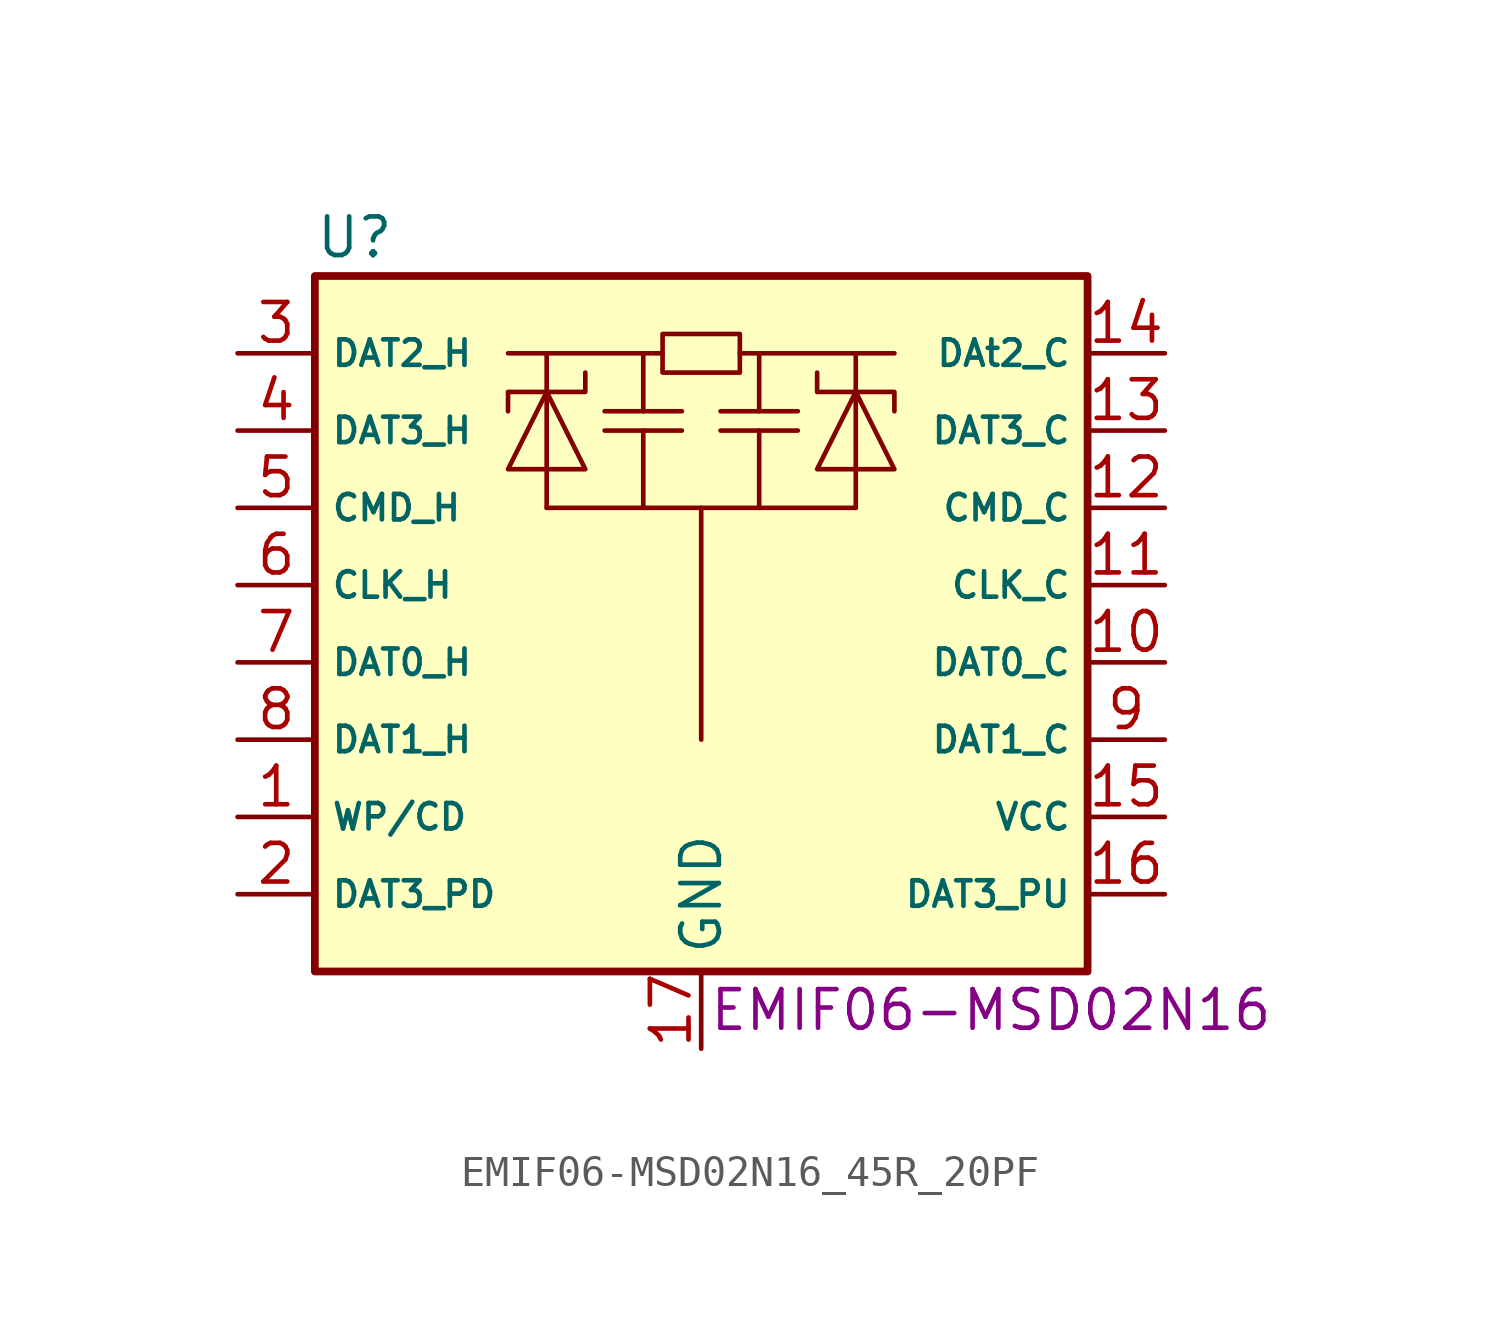
<source format=kicad_sym>
(kicad_symbol_lib
  (version 20211014)
  (generator kicad_symbol_editor)
  (symbol "EMIF06-MSD02N16_45R_20PF"
    (property "Reference" "U"
      (at -12.7 11.43 0)
      (effects (font (size 1.27 1.27)) (justify left)))
    (property "Manufacturer Part Number" "EMIF06-MSD02N16"
      (at 9.525 -13.97 0)
      (effects (font (size 1.27 1.27))))
    (symbol "EMIF06-MSD02N16_45R_20PF_0_1"
      (rectangle (start -12.7 10.16) (end 12.7 -12.7) (stroke (width 0.254) (type default) (color 0 0 0 0)) (fill (type background)))
      (polyline (pts (xy -5.08 2.54) (xy 5.08 2.54)) (stroke (width 0) (type default) (color 0 0 0 0)) (fill (type none)))
      (polyline (pts (xy -5.08 6.35) (xy -5.08 7.62)) (stroke (width 0) (type default) (color 0 0 0 0)) (fill (type none)))
      (polyline (pts (xy -3.175 5.715) (xy -0.635 5.715)) (stroke (width 0) (type default) (color 0 0 0 0)) (fill (type none)))
      (polyline (pts (xy -1.905 5.08) (xy -1.905 2.54)) (stroke (width 0) (type default) (color 0 0 0 0)) (fill (type none)))
      (polyline (pts (xy -1.905 7.62) (xy -1.905 5.715)) (stroke (width 0) (type default) (color 0 0 0 0)) (fill (type none)))
      (polyline (pts (xy -1.27 7.62) (xy -6.35 7.62)) (stroke (width 0) (type default) (color 0 0 0 0)) (fill (type none)))
      (polyline (pts (xy -0.635 5.08) (xy -3.175 5.08)) (stroke (width 0) (type default) (color 0 0 0 0)) (fill (type none)))
      (polyline (pts (xy 0 2.54) (xy 0 -5.08)) (stroke (width 0) (type default) (color 0 0 0 0)) (fill (type none)))
      (polyline (pts (xy 0.635 5.715) (xy 3.175 5.715)) (stroke (width 0) (type default) (color 0 0 0 0)) (fill (type none)))
      (polyline (pts (xy 1.27 7.62) (xy 6.35 7.62)) (stroke (width 0) (type default) (color 0 0 0 0)) (fill (type none)))
      (polyline (pts (xy 1.905 5.08) (xy 1.905 2.54)) (stroke (width 0) (type default) (color 0 0 0 0)) (fill (type none)))
      (polyline (pts (xy 1.905 7.62) (xy 1.905 5.715)) (stroke (width 0) (type default) (color 0 0 0 0)) (fill (type none)))
      (polyline (pts (xy 3.175 5.08) (xy 0.635 5.08)) (stroke (width 0) (type default) (color 0 0 0 0)) (fill (type none)))
      (polyline (pts (xy 5.08 6.35) (xy 5.08 7.62)) (stroke (width 0) (type default) (color 0 0 0 0)) (fill (type none)))
      (polyline (pts (xy -5.08 3.81) (xy -5.08 6.35) (xy -5.08 2.54)) (stroke (width 0) (type default) (color 0 0 0 0)) (fill (type none)))
      (polyline (pts (xy 5.08 3.81) (xy 5.08 6.35) (xy 5.08 2.54)) (stroke (width 0) (type default) (color 0 0 0 0)) (fill (type none)))
      (polyline (pts (xy -5.08 6.35) (xy -3.81 3.81) (xy -6.35 3.81) (xy -5.08 6.35)) (stroke (width 0) (type default) (color 0 0 0 0)) (fill (type none)))
      (polyline (pts (xy -3.81 6.985) (xy -3.81 6.35) (xy -6.35 6.35) (xy -6.35 5.715)) (stroke (width 0) (type default) (color 0 0 0 0)) (fill (type none)))
      (polyline (pts (xy 3.81 6.985) (xy 3.81 6.35) (xy 6.35 6.35) (xy 6.35 5.715)) (stroke (width 0) (type default) (color 0 0 0 0)) (fill (type none)))
      (polyline (pts (xy 5.08 6.35) (xy 3.81 3.81) (xy 6.35 3.81) (xy 5.08 6.35)) (stroke (width 0) (type default) (color 0 0 0 0)) (fill (type none)))
      (polyline (pts (xy -1.27 7.62) (xy -1.27 6.985) (xy 1.27 6.985) (xy 1.27 8.255) (xy -1.27 8.255) (xy -1.27 7.62)) (stroke (width 0) (type default) (color 0 0 0 0)) (fill (type none))))
    (symbol "EMIF06-MSD02N16_45R_20PF_1_1"
      (pin passive line (at -15.24 -7.62 0) (length 2.54) (name "WP/CD" (effects (font (size 0.838 0.838)))) (number "1" (effects (font (size 1.27 1.27)))))
      (pin passive line (at 15.24 -2.54 180) (length 2.54) (name "DAT0_C" (effects (font (size 0.838 0.838)))) (number "10" (effects (font (size 1.27 1.27)))))
      (pin passive line (at 15.24 0 180) (length 2.54) (name "CLK_C" (effects (font (size 0.838 0.838)))) (number "11" (effects (font (size 1.27 1.27)))))
      (pin passive line (at 15.24 2.54 180) (length 2.54) (name "CMD_C" (effects (font (size 0.838 0.838)))) (number "12" (effects (font (size 1.27 1.27)))))
      (pin passive line (at 15.24 5.08 180) (length 2.54) (name "DAT3_C" (effects (font (size 0.838 0.838)))) (number "13" (effects (font (size 1.27 1.27)))))
      (pin passive line (at 15.24 7.62 180) (length 2.54) (name "DAt2_C" (effects (font (size 0.838 0.838)))) (number "14" (effects (font (size 1.27 1.27)))))
      (pin passive line (at 15.24 -7.62 180) (length 2.54) (name "VCC" (effects (font (size 0.838 0.838)))) (number "15" (effects (font (size 1.27 1.27)))))
      (pin passive line (at 15.24 -10.16 180) (length 2.54) (name "DAT3_PU" (effects (font (size 0.838 0.838)))) (number "16" (effects (font (size 1.27 1.27)))))
      (pin power_in line (at 0 -15.24 90) (length 2.54) (name "GND" (effects (font (size 1.27 1.27)))) (number "17" (effects (font (size 1.27 1.27)))))
      (pin passive line (at -15.24 -10.16 0) (length 2.54) (name "DAT3_PD" (effects (font (size 0.838 0.838)))) (number "2" (effects (font (size 1.27 1.27)))))
      (pin passive line (at -15.24 7.62 0) (length 2.54) (name "DAT2_H" (effects (font (size 0.838 0.838)))) (number "3" (effects (font (size 1.27 1.27)))))
      (pin passive line (at -15.24 5.08 0) (length 2.54) (name "DAT3_H" (effects (font (size 0.838 0.838)))) (number "4" (effects (font (size 1.27 1.27)))))
      (pin passive line (at -15.24 2.54 0) (length 2.54) (name "CMD_H" (effects (font (size 0.838 0.838)))) (number "5" (effects (font (size 1.27 1.27)))))
      (pin passive line (at -15.24 0 0) (length 2.54) (name "CLK_H" (effects (font (size 0.838 0.838)))) (number "6" (effects (font (size 1.27 1.27)))))
      (pin passive line (at -15.24 -2.54 0) (length 2.54) (name "DAT0_H" (effects (font (size 0.838 0.838)))) (number "7" (effects (font (size 1.27 1.27)))))
      (pin passive line (at -15.24 -5.08 0) (length 2.54) (name "DAT1_H" (effects (font (size 0.838 0.838)))) (number "8" (effects (font (size 1.27 1.27)))))
      (pin passive line (at 15.24 -5.08 180) (length 2.54) (name "DAT1_C" (effects (font (size 0.838 0.838)))) (number "9" (effects (font (size 1.27 1.27))))))))
</source>
